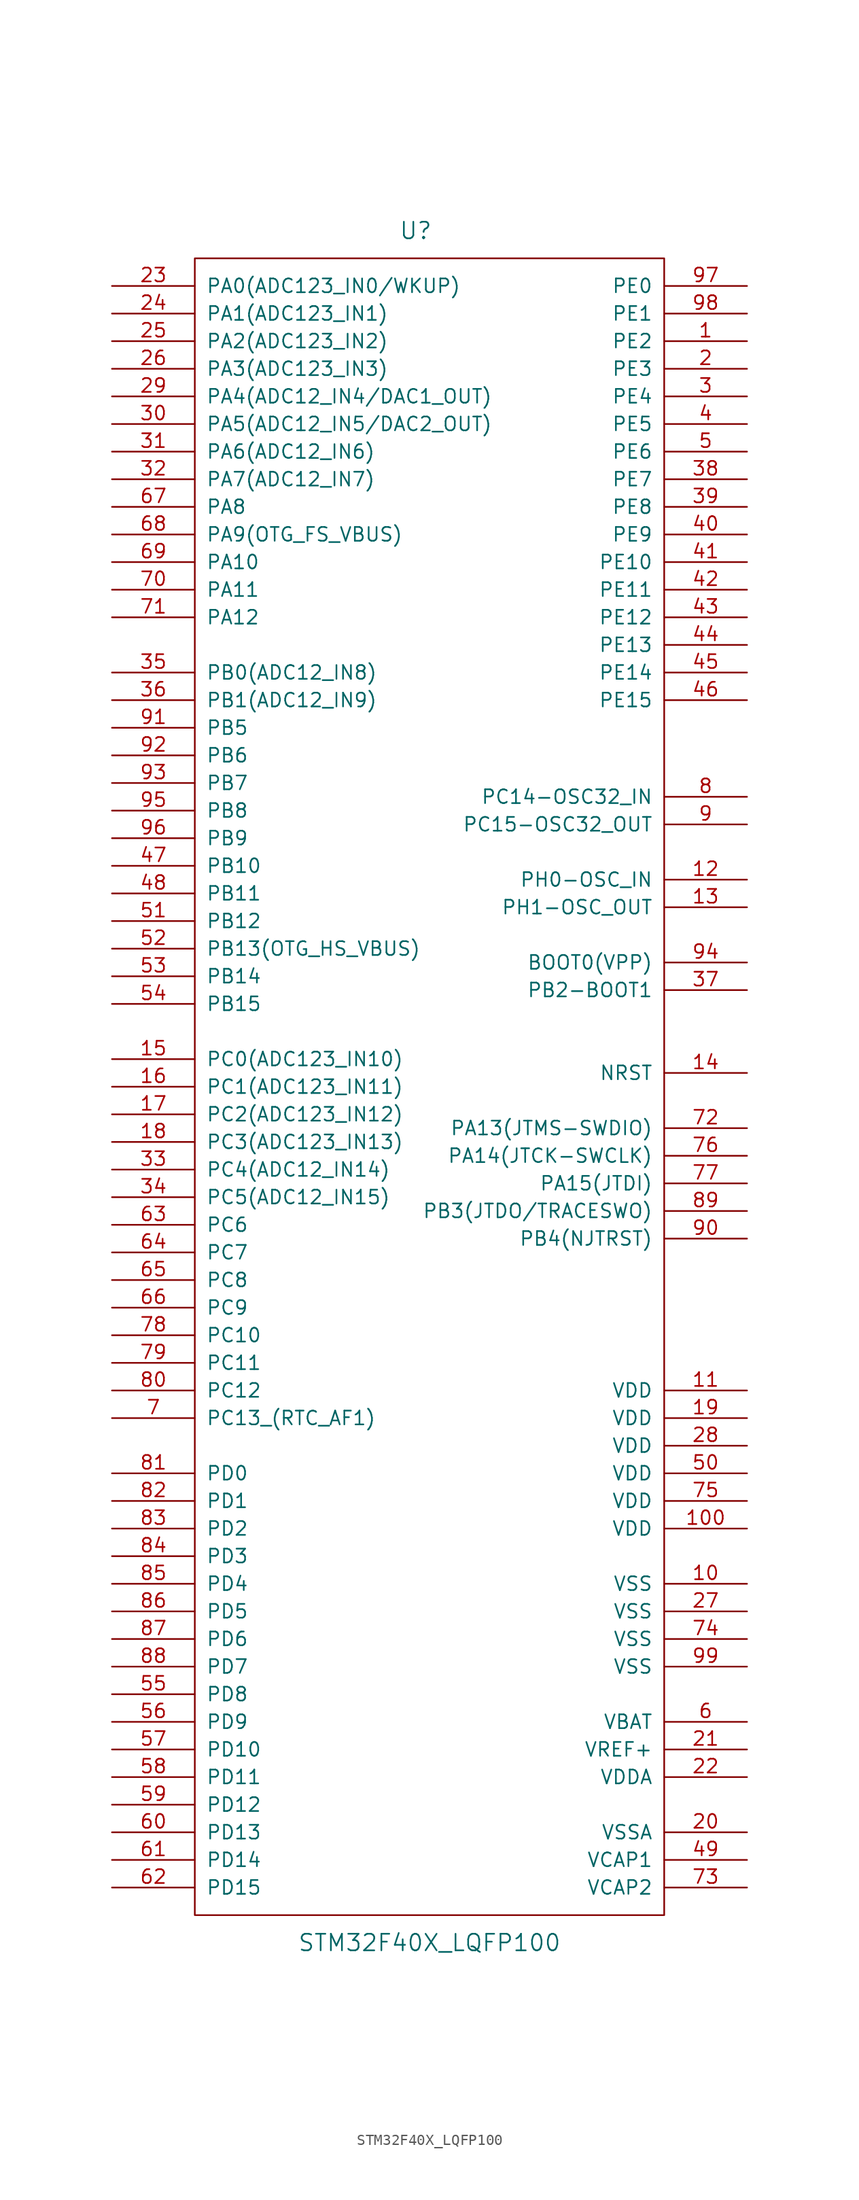
<source format=kicad_sym>
(kicad_symbol_lib
  (version 20231120)
  (generator "kicad_symbol_editor")
  (generator_version "8.0")
  (symbol "STM32F40X_LQFP100"
    (pin_names
      (offset 1.016))
    (property "Reference" "U"
      (at -1.27 78.74 0)
      (effects (font (size 1.524 1.524))))
    (property "Value" "STM32F40X_LQFP100"
      (at 0 -78.74 0)
      (effects (font (size 1.524 1.524))))
    (property "Footprint" ""
      (at 0 0 0)
      (effects (font (size 1.524 1.524))))
    (property "Datasheet" ""
      (at 0 0 0)
      (effects (font (size 1.524 1.524))))
    (symbol "STM32F40X_LQFP100_0_1"
      (rectangle (start -21.59 76.2) (end 21.59 -76.2) (stroke (width 0) (type solid)) (fill (type none))))
    (symbol "STM32F40X_LQFP100_1_1"
      (pin bidirectional line (at 29.21 68.58 180) (length 7.62) (name "PE2" (effects (font (size 1.27 1.27)))) (number "1" (effects (font (size 1.27 1.27)))))
      (pin power_in line (at 29.21 -45.72 180) (length 7.62) (name "VSS" (effects (font (size 1.27 1.27)))) (number "10" (effects (font (size 1.27 1.27)))))
      (pin power_in line (at 29.21 -40.64 180) (length 7.62) (name "VDD" (effects (font (size 1.27 1.27)))) (number "100" (effects (font (size 1.27 1.27)))))
      (pin power_in line (at 29.21 -27.94 180) (length 7.62) (name "VDD" (effects (font (size 1.27 1.27)))) (number "11" (effects (font (size 1.27 1.27)))))
      (pin bidirectional line (at 29.21 19.05 180) (length 7.62) (name "PH0-OSC_IN" (effects (font (size 1.27 1.27)))) (number "12" (effects (font (size 1.27 1.27)))))
      (pin bidirectional line (at 29.21 16.51 180) (length 7.62) (name "PH1-OSC_OUT" (effects (font (size 1.27 1.27)))) (number "13" (effects (font (size 1.27 1.27)))))
      (pin bidirectional line (at 29.21 1.27 180) (length 7.62) (name "NRST" (effects (font (size 1.27 1.27)))) (number "14" (effects (font (size 1.27 1.27)))))
      (pin bidirectional line (at -29.21 2.54 0) (length 7.62) (name "PC0(ADC123_IN10)" (effects (font (size 1.27 1.27)))) (number "15" (effects (font (size 1.27 1.27)))))
      (pin bidirectional line (at -29.21 0 0) (length 7.62) (name "PC1(ADC123_IN11)" (effects (font (size 1.27 1.27)))) (number "16" (effects (font (size 1.27 1.27)))))
      (pin bidirectional line (at -29.21 -2.54 0) (length 7.62) (name "PC2(ADC123_IN12)" (effects (font (size 1.27 1.27)))) (number "17" (effects (font (size 1.27 1.27)))))
      (pin bidirectional line (at -29.21 -5.08 0) (length 7.62) (name "PC3(ADC123_IN13)" (effects (font (size 1.27 1.27)))) (number "18" (effects (font (size 1.27 1.27)))))
      (pin power_in line (at 29.21 -30.48 180) (length 7.62) (name "VDD" (effects (font (size 1.27 1.27)))) (number "19" (effects (font (size 1.27 1.27)))))
      (pin bidirectional line (at 29.21 66.04 180) (length 7.62) (name "PE3" (effects (font (size 1.27 1.27)))) (number "2" (effects (font (size 1.27 1.27)))))
      (pin power_in line (at 29.21 -68.58 180) (length 7.62) (name "VSSA" (effects (font (size 1.27 1.27)))) (number "20" (effects (font (size 1.27 1.27)))))
      (pin input line (at 29.21 -60.96 180) (length 7.62) (name "VREF+" (effects (font (size 1.27 1.27)))) (number "21" (effects (font (size 1.27 1.27)))))
      (pin power_in line (at 29.21 -63.5 180) (length 7.62) (name "VDDA" (effects (font (size 1.27 1.27)))) (number "22" (effects (font (size 1.27 1.27)))))
      (pin bidirectional line (at -29.21 73.66 0) (length 7.62) (name "PA0(ADC123_IN0/WKUP)" (effects (font (size 1.27 1.27)))) (number "23" (effects (font (size 1.27 1.27)))))
      (pin bidirectional line (at -29.21 71.12 0) (length 7.62) (name "PA1(ADC123_IN1)" (effects (font (size 1.27 1.27)))) (number "24" (effects (font (size 1.27 1.27)))))
      (pin bidirectional line (at -29.21 68.58 0) (length 7.62) (name "PA2(ADC123_IN2)" (effects (font (size 1.27 1.27)))) (number "25" (effects (font (size 1.27 1.27)))))
      (pin bidirectional line (at -29.21 66.04 0) (length 7.62) (name "PA3(ADC123_IN3)" (effects (font (size 1.27 1.27)))) (number "26" (effects (font (size 1.27 1.27)))))
      (pin power_in line (at 29.21 -48.26 180) (length 7.62) (name "VSS" (effects (font (size 1.27 1.27)))) (number "27" (effects (font (size 1.27 1.27)))))
      (pin power_in line (at 29.21 -33.02 180) (length 7.62) (name "VDD" (effects (font (size 1.27 1.27)))) (number "28" (effects (font (size 1.27 1.27)))))
      (pin bidirectional line (at -29.21 63.5 0) (length 7.62) (name "PA4(ADC12_IN4/DAC1_OUT)" (effects (font (size 1.27 1.27)))) (number "29" (effects (font (size 1.27 1.27)))))
      (pin bidirectional line (at 29.21 63.5 180) (length 7.62) (name "PE4" (effects (font (size 1.27 1.27)))) (number "3" (effects (font (size 1.27 1.27)))))
      (pin bidirectional line (at -29.21 60.96 0) (length 7.62) (name "PA5(ADC12_IN5/DAC2_OUT)" (effects (font (size 1.27 1.27)))) (number "30" (effects (font (size 1.27 1.27)))))
      (pin bidirectional line (at -29.21 58.42 0) (length 7.62) (name "PA6(ADC12_IN6)" (effects (font (size 1.27 1.27)))) (number "31" (effects (font (size 1.27 1.27)))))
      (pin bidirectional line (at -29.21 55.88 0) (length 7.62) (name "PA7(ADC12_IN7)" (effects (font (size 1.27 1.27)))) (number "32" (effects (font (size 1.27 1.27)))))
      (pin bidirectional line (at -29.21 -7.62 0) (length 7.62) (name "PC4(ADC12_IN14)" (effects (font (size 1.27 1.27)))) (number "33" (effects (font (size 1.27 1.27)))))
      (pin bidirectional line (at -29.21 -10.16 0) (length 7.62) (name "PC5(ADC12_IN15)" (effects (font (size 1.27 1.27)))) (number "34" (effects (font (size 1.27 1.27)))))
      (pin bidirectional line (at -29.21 38.1 0) (length 7.62) (name "PB0(ADC12_IN8)" (effects (font (size 1.27 1.27)))) (number "35" (effects (font (size 1.27 1.27)))))
      (pin bidirectional line (at -29.21 35.56 0) (length 7.62) (name "PB1(ADC12_IN9)" (effects (font (size 1.27 1.27)))) (number "36" (effects (font (size 1.27 1.27)))))
      (pin bidirectional line (at 29.21 8.89 180) (length 7.62) (name "PB2-BOOT1" (effects (font (size 1.27 1.27)))) (number "37" (effects (font (size 1.27 1.27)))))
      (pin bidirectional line (at 29.21 55.88 180) (length 7.62) (name "PE7" (effects (font (size 1.27 1.27)))) (number "38" (effects (font (size 1.27 1.27)))))
      (pin bidirectional line (at 29.21 53.34 180) (length 7.62) (name "PE8" (effects (font (size 1.27 1.27)))) (number "39" (effects (font (size 1.27 1.27)))))
      (pin bidirectional line (at 29.21 60.96 180) (length 7.62) (name "PE5" (effects (font (size 1.27 1.27)))) (number "4" (effects (font (size 1.27 1.27)))))
      (pin bidirectional line (at 29.21 50.8 180) (length 7.62) (name "PE9" (effects (font (size 1.27 1.27)))) (number "40" (effects (font (size 1.27 1.27)))))
      (pin bidirectional line (at 29.21 48.26 180) (length 7.62) (name "PE10" (effects (font (size 1.27 1.27)))) (number "41" (effects (font (size 1.27 1.27)))))
      (pin bidirectional line (at 29.21 45.72 180) (length 7.62) (name "PE11" (effects (font (size 1.27 1.27)))) (number "42" (effects (font (size 1.27 1.27)))))
      (pin bidirectional line (at 29.21 43.18 180) (length 7.62) (name "PE12" (effects (font (size 1.27 1.27)))) (number "43" (effects (font (size 1.27 1.27)))))
      (pin bidirectional line (at 29.21 40.64 180) (length 7.62) (name "PE13" (effects (font (size 1.27 1.27)))) (number "44" (effects (font (size 1.27 1.27)))))
      (pin bidirectional line (at 29.21 38.1 180) (length 7.62) (name "PE14" (effects (font (size 1.27 1.27)))) (number "45" (effects (font (size 1.27 1.27)))))
      (pin bidirectional line (at 29.21 35.56 180) (length 7.62) (name "PE15" (effects (font (size 1.27 1.27)))) (number "46" (effects (font (size 1.27 1.27)))))
      (pin bidirectional line (at -29.21 20.32 0) (length 7.62) (name "PB10" (effects (font (size 1.27 1.27)))) (number "47" (effects (font (size 1.27 1.27)))))
      (pin bidirectional line (at -29.21 17.78 0) (length 7.62) (name "PB11" (effects (font (size 1.27 1.27)))) (number "48" (effects (font (size 1.27 1.27)))))
      (pin power_out line (at 29.21 -71.12 180) (length 7.62) (name "VCAP1" (effects (font (size 1.27 1.27)))) (number "49" (effects (font (size 1.27 1.27)))))
      (pin bidirectional line (at 29.21 58.42 180) (length 7.62) (name "PE6" (effects (font (size 1.27 1.27)))) (number "5" (effects (font (size 1.27 1.27)))))
      (pin power_in line (at 29.21 -35.56 180) (length 7.62) (name "VDD" (effects (font (size 1.27 1.27)))) (number "50" (effects (font (size 1.27 1.27)))))
      (pin bidirectional line (at -29.21 15.24 0) (length 7.62) (name "PB12" (effects (font (size 1.27 1.27)))) (number "51" (effects (font (size 1.27 1.27)))))
      (pin bidirectional line (at -29.21 12.7 0) (length 7.62) (name "PB13(OTG_HS_VBUS)" (effects (font (size 1.27 1.27)))) (number "52" (effects (font (size 1.27 1.27)))))
      (pin bidirectional line (at -29.21 10.16 0) (length 7.62) (name "PB14" (effects (font (size 1.27 1.27)))) (number "53" (effects (font (size 1.27 1.27)))))
      (pin bidirectional line (at -29.21 7.62 0) (length 7.62) (name "PB15" (effects (font (size 1.27 1.27)))) (number "54" (effects (font (size 1.27 1.27)))))
      (pin bidirectional line (at -29.21 -55.88 0) (length 7.62) (name "PD8" (effects (font (size 1.27 1.27)))) (number "55" (effects (font (size 1.27 1.27)))))
      (pin bidirectional line (at -29.21 -58.42 0) (length 7.62) (name "PD9" (effects (font (size 1.27 1.27)))) (number "56" (effects (font (size 1.27 1.27)))))
      (pin bidirectional line (at -29.21 -60.96 0) (length 7.62) (name "PD10" (effects (font (size 1.27 1.27)))) (number "57" (effects (font (size 1.27 1.27)))))
      (pin bidirectional line (at -29.21 -63.5 0) (length 7.62) (name "PD11" (effects (font (size 1.27 1.27)))) (number "58" (effects (font (size 1.27 1.27)))))
      (pin bidirectional line (at -29.21 -66.04 0) (length 7.62) (name "PD12" (effects (font (size 1.27 1.27)))) (number "59" (effects (font (size 1.27 1.27)))))
      (pin power_in line (at 29.21 -58.42 180) (length 7.62) (name "VBAT" (effects (font (size 1.27 1.27)))) (number "6" (effects (font (size 1.27 1.27)))))
      (pin bidirectional line (at -29.21 -68.58 0) (length 7.62) (name "PD13" (effects (font (size 1.27 1.27)))) (number "60" (effects (font (size 1.27 1.27)))))
      (pin bidirectional line (at -29.21 -71.12 0) (length 7.62) (name "PD14" (effects (font (size 1.27 1.27)))) (number "61" (effects (font (size 1.27 1.27)))))
      (pin bidirectional line (at -29.21 -73.66 0) (length 7.62) (name "PD15" (effects (font (size 1.27 1.27)))) (number "62" (effects (font (size 1.27 1.27)))))
      (pin bidirectional line (at -29.21 -12.7 0) (length 7.62) (name "PC6" (effects (font (size 1.27 1.27)))) (number "63" (effects (font (size 1.27 1.27)))))
      (pin bidirectional line (at -29.21 -15.24 0) (length 7.62) (name "PC7" (effects (font (size 1.27 1.27)))) (number "64" (effects (font (size 1.27 1.27)))))
      (pin bidirectional line (at -29.21 -17.78 0) (length 7.62) (name "PC8" (effects (font (size 1.27 1.27)))) (number "65" (effects (font (size 1.27 1.27)))))
      (pin bidirectional line (at -29.21 -20.32 0) (length 7.62) (name "PC9" (effects (font (size 1.27 1.27)))) (number "66" (effects (font (size 1.27 1.27)))))
      (pin bidirectional line (at -29.21 53.34 0) (length 7.62) (name "PA8" (effects (font (size 1.27 1.27)))) (number "67" (effects (font (size 1.27 1.27)))))
      (pin bidirectional line (at -29.21 50.8 0) (length 7.62) (name "PA9(OTG_FS_VBUS)" (effects (font (size 1.27 1.27)))) (number "68" (effects (font (size 1.27 1.27)))))
      (pin bidirectional line (at -29.21 48.26 0) (length 7.62) (name "PA10" (effects (font (size 1.27 1.27)))) (number "69" (effects (font (size 1.27 1.27)))))
      (pin bidirectional line (at -29.21 -30.48 0) (length 7.62) (name "PC13_(RTC_AF1)" (effects (font (size 1.27 1.27)))) (number "7" (effects (font (size 1.27 1.27)))))
      (pin bidirectional line (at -29.21 45.72 0) (length 7.62) (name "PA11" (effects (font (size 1.27 1.27)))) (number "70" (effects (font (size 1.27 1.27)))))
      (pin bidirectional line (at -29.21 43.18 0) (length 7.62) (name "PA12" (effects (font (size 1.27 1.27)))) (number "71" (effects (font (size 1.27 1.27)))))
      (pin bidirectional line (at 29.21 -3.81 180) (length 7.62) (name "PA13(JTMS-SWDIO)" (effects (font (size 1.27 1.27)))) (number "72" (effects (font (size 1.27 1.27)))))
      (pin power_out line (at 29.21 -73.66 180) (length 7.62) (name "VCAP2" (effects (font (size 1.27 1.27)))) (number "73" (effects (font (size 1.27 1.27)))))
      (pin power_in line (at 29.21 -50.8 180) (length 7.62) (name "VSS" (effects (font (size 1.27 1.27)))) (number "74" (effects (font (size 1.27 1.27)))))
      (pin power_in line (at 29.21 -38.1 180) (length 7.62) (name "VDD" (effects (font (size 1.27 1.27)))) (number "75" (effects (font (size 1.27 1.27)))))
      (pin bidirectional line (at 29.21 -6.35 180) (length 7.62) (name "PA14(JTCK-SWCLK)" (effects (font (size 1.27 1.27)))) (number "76" (effects (font (size 1.27 1.27)))))
      (pin bidirectional line (at 29.21 -8.89 180) (length 7.62) (name "PA15(JTDI)" (effects (font (size 1.27 1.27)))) (number "77" (effects (font (size 1.27 1.27)))))
      (pin bidirectional line (at -29.21 -22.86 0) (length 7.62) (name "PC10" (effects (font (size 1.27 1.27)))) (number "78" (effects (font (size 1.27 1.27)))))
      (pin bidirectional line (at -29.21 -25.4 0) (length 7.62) (name "PC11" (effects (font (size 1.27 1.27)))) (number "79" (effects (font (size 1.27 1.27)))))
      (pin bidirectional line (at 29.21 26.67 180) (length 7.62) (name "PC14-OSC32_IN" (effects (font (size 1.27 1.27)))) (number "8" (effects (font (size 1.27 1.27)))))
      (pin bidirectional line (at -29.21 -27.94 0) (length 7.62) (name "PC12" (effects (font (size 1.27 1.27)))) (number "80" (effects (font (size 1.27 1.27)))))
      (pin bidirectional line (at -29.21 -35.56 0) (length 7.62) (name "PD0" (effects (font (size 1.27 1.27)))) (number "81" (effects (font (size 1.27 1.27)))))
      (pin bidirectional line (at -29.21 -38.1 0) (length 7.62) (name "PD1" (effects (font (size 1.27 1.27)))) (number "82" (effects (font (size 1.27 1.27)))))
      (pin bidirectional line (at -29.21 -40.64 0) (length 7.62) (name "PD2" (effects (font (size 1.27 1.27)))) (number "83" (effects (font (size 1.27 1.27)))))
      (pin bidirectional line (at -29.21 -43.18 0) (length 7.62) (name "PD3" (effects (font (size 1.27 1.27)))) (number "84" (effects (font (size 1.27 1.27)))))
      (pin bidirectional line (at -29.21 -45.72 0) (length 7.62) (name "PD4" (effects (font (size 1.27 1.27)))) (number "85" (effects (font (size 1.27 1.27)))))
      (pin bidirectional line (at -29.21 -48.26 0) (length 7.62) (name "PD5" (effects (font (size 1.27 1.27)))) (number "86" (effects (font (size 1.27 1.27)))))
      (pin bidirectional line (at -29.21 -50.8 0) (length 7.62) (name "PD6" (effects (font (size 1.27 1.27)))) (number "87" (effects (font (size 1.27 1.27)))))
      (pin bidirectional line (at -29.21 -53.34 0) (length 7.62) (name "PD7" (effects (font (size 1.27 1.27)))) (number "88" (effects (font (size 1.27 1.27)))))
      (pin bidirectional line (at 29.21 -11.43 180) (length 7.62) (name "PB3(JTDO/TRACESWO)" (effects (font (size 1.27 1.27)))) (number "89" (effects (font (size 1.27 1.27)))))
      (pin power_in line (at 29.21 24.13 180) (length 7.62) (name "PC15-OSC32_OUT" (effects (font (size 1.27 1.27)))) (number "9" (effects (font (size 1.27 1.27)))))
      (pin bidirectional line (at 29.21 -13.97 180) (length 7.62) (name "PB4(NJTRST)" (effects (font (size 1.27 1.27)))) (number "90" (effects (font (size 1.27 1.27)))))
      (pin bidirectional line (at -29.21 33.02 0) (length 7.62) (name "PB5" (effects (font (size 1.27 1.27)))) (number "91" (effects (font (size 1.27 1.27)))))
      (pin bidirectional line (at -29.21 30.48 0) (length 7.62) (name "PB6" (effects (font (size 1.27 1.27)))) (number "92" (effects (font (size 1.27 1.27)))))
      (pin bidirectional line (at -29.21 27.94 0) (length 7.62) (name "PB7" (effects (font (size 1.27 1.27)))) (number "93" (effects (font (size 1.27 1.27)))))
      (pin input line (at 29.21 11.43 180) (length 7.62) (name "BOOT0(VPP)" (effects (font (size 1.27 1.27)))) (number "94" (effects (font (size 1.27 1.27)))))
      (pin bidirectional line (at -29.21 25.4 0) (length 7.62) (name "PB8" (effects (font (size 1.27 1.27)))) (number "95" (effects (font (size 1.27 1.27)))))
      (pin bidirectional line (at -29.21 22.86 0) (length 7.62) (name "PB9" (effects (font (size 1.27 1.27)))) (number "96" (effects (font (size 1.27 1.27)))))
      (pin bidirectional line (at 29.21 73.66 180) (length 7.62) (name "PE0" (effects (font (size 1.27 1.27)))) (number "97" (effects (font (size 1.27 1.27)))))
      (pin bidirectional line (at 29.21 71.12 180) (length 7.62) (name "PE1" (effects (font (size 1.27 1.27)))) (number "98" (effects (font (size 1.27 1.27)))))
      (pin power_in line (at 29.21 -53.34 180) (length 7.62) (name "VSS" (effects (font (size 1.27 1.27)))) (number "99" (effects (font (size 1.27 1.27))))))))
</source>
